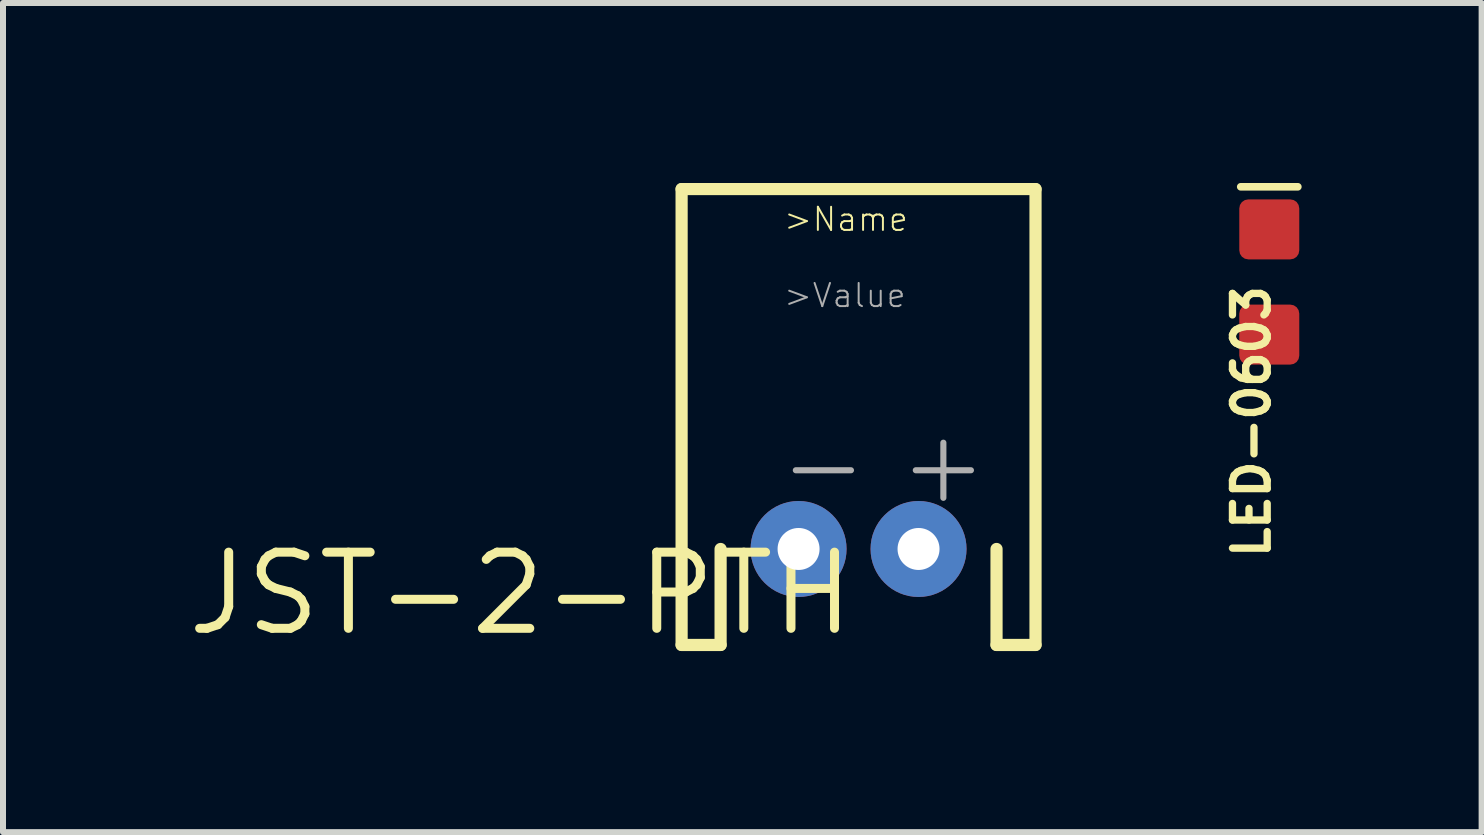
<source format=kicad_pcb>
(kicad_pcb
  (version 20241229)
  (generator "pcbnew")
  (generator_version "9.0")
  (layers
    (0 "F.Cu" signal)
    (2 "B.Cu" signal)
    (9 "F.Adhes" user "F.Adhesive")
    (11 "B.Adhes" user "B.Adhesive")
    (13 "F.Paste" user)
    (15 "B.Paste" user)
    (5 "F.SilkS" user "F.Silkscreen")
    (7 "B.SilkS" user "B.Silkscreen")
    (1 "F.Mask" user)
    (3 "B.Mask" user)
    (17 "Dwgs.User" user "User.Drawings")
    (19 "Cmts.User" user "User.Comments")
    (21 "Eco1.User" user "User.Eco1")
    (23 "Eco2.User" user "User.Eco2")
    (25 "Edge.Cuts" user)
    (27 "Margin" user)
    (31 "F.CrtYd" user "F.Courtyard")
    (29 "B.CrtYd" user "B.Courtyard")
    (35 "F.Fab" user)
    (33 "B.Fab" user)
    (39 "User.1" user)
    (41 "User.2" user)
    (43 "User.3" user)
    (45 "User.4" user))
  (footprint "LED-0603"
    (layer "F.Cu")
    (at 18.11 1.651)
    (property "Reference" "LED-0603" (at -0.635 0 90) (layer "F.SilkS") (effects (font (size 0.579 0.579) (thickness 0.122)) (justify right top)))
    (attr through_hole)
    (fp_line (start -0.476 -1.587) (end 0.476 -1.587) (stroke (width 0.127) (type solid)) (layer "F.SilkS"))
    (pad "A" smd roundrect (at 0 0.877) (size 1 1) (layers "F.Cu" "F.Mask" "F.Paste") (roundrect_rratio 0.15))
    (pad "C" smd roundrect (at 0 -0.877) (size 1 1) (layers "F.Cu" "F.Mask" "F.Paste") (roundrect_rratio 0.15)))
  (footprint "JST-2-PTH"
    (layer "F.Cu")
    (at 11.263 6.102)
    (property "Reference" "JST-2-PTH" (at 0 0 0) (layer "F.SilkS") (effects (font (size 1.27 1.27) (thickness 0.15)) (justify right top)))
    (attr through_hole)
    (fp_line (start -2.95 -6) (end 2.95 -6) (stroke (width 0.203) (type solid)) (layer "F.SilkS"))
    (fp_line (start -2.95 1.6) (end -2.95 -6) (stroke (width 0.203) (type solid)) (layer "F.SilkS"))
    (fp_line (start -2.95 1.6) (end -2.3 1.6) (stroke (width 0.203) (type solid)) (layer "F.SilkS"))
    (fp_line (start -2.3 1.6) (end -2.3 0) (stroke (width 0.203) (type solid)) (layer "F.SilkS"))
    (fp_line (start 2.3 1.6) (end 2.3 0) (stroke (width 0.203) (type solid)) (layer "F.SilkS"))
    (fp_line (start 2.95 -6) (end 2.95 1.6) (stroke (width 0.203) (type solid)) (layer "F.SilkS"))
    (fp_line (start 2.95 1.6) (end 2.3 1.6) (stroke (width 0.203) (type solid)) (layer "F.SilkS"))
    (fp_text user ">Name" (at -1.27 -5.27 0) (layer "F.SilkS") (effects (font (size 0.386 0.386) (thickness 0.033)) (justify left bottom)))
    (fp_text user "-" (at -1.4 -0.7 0) (layer "F.Fab") (effects (font (size 1.206 1.206) (thickness 0.102)) (justify left bottom)))
    (fp_text user "+" (at 0.6 -0.7 0) (layer "F.Fab") (effects (font (size 1.206 1.206) (thickness 0.102)) (justify left bottom)))
    (fp_text user ">Value" (at -1.27 -4 0) (layer "F.Fab") (effects (font (size 0.386 0.386) (thickness 0.033)) (justify left bottom)))
    (pad "1" thru_hole circle (at -1 0) (size 1.6 1.6) (drill 0.7) (layers "*.Cu" "*.Mask"))
    (pad "2" thru_hole circle (at 1 0) (size 1.6 1.6) (drill 0.7) (layers "*.Cu" "*.Mask")))
  (gr_rect
    (start -3 -3)
    (end 21.65 10.822)
    (stroke (width 0.1) (type default))
    (fill no)
    (layer "Edge.Cuts")))
</source>
